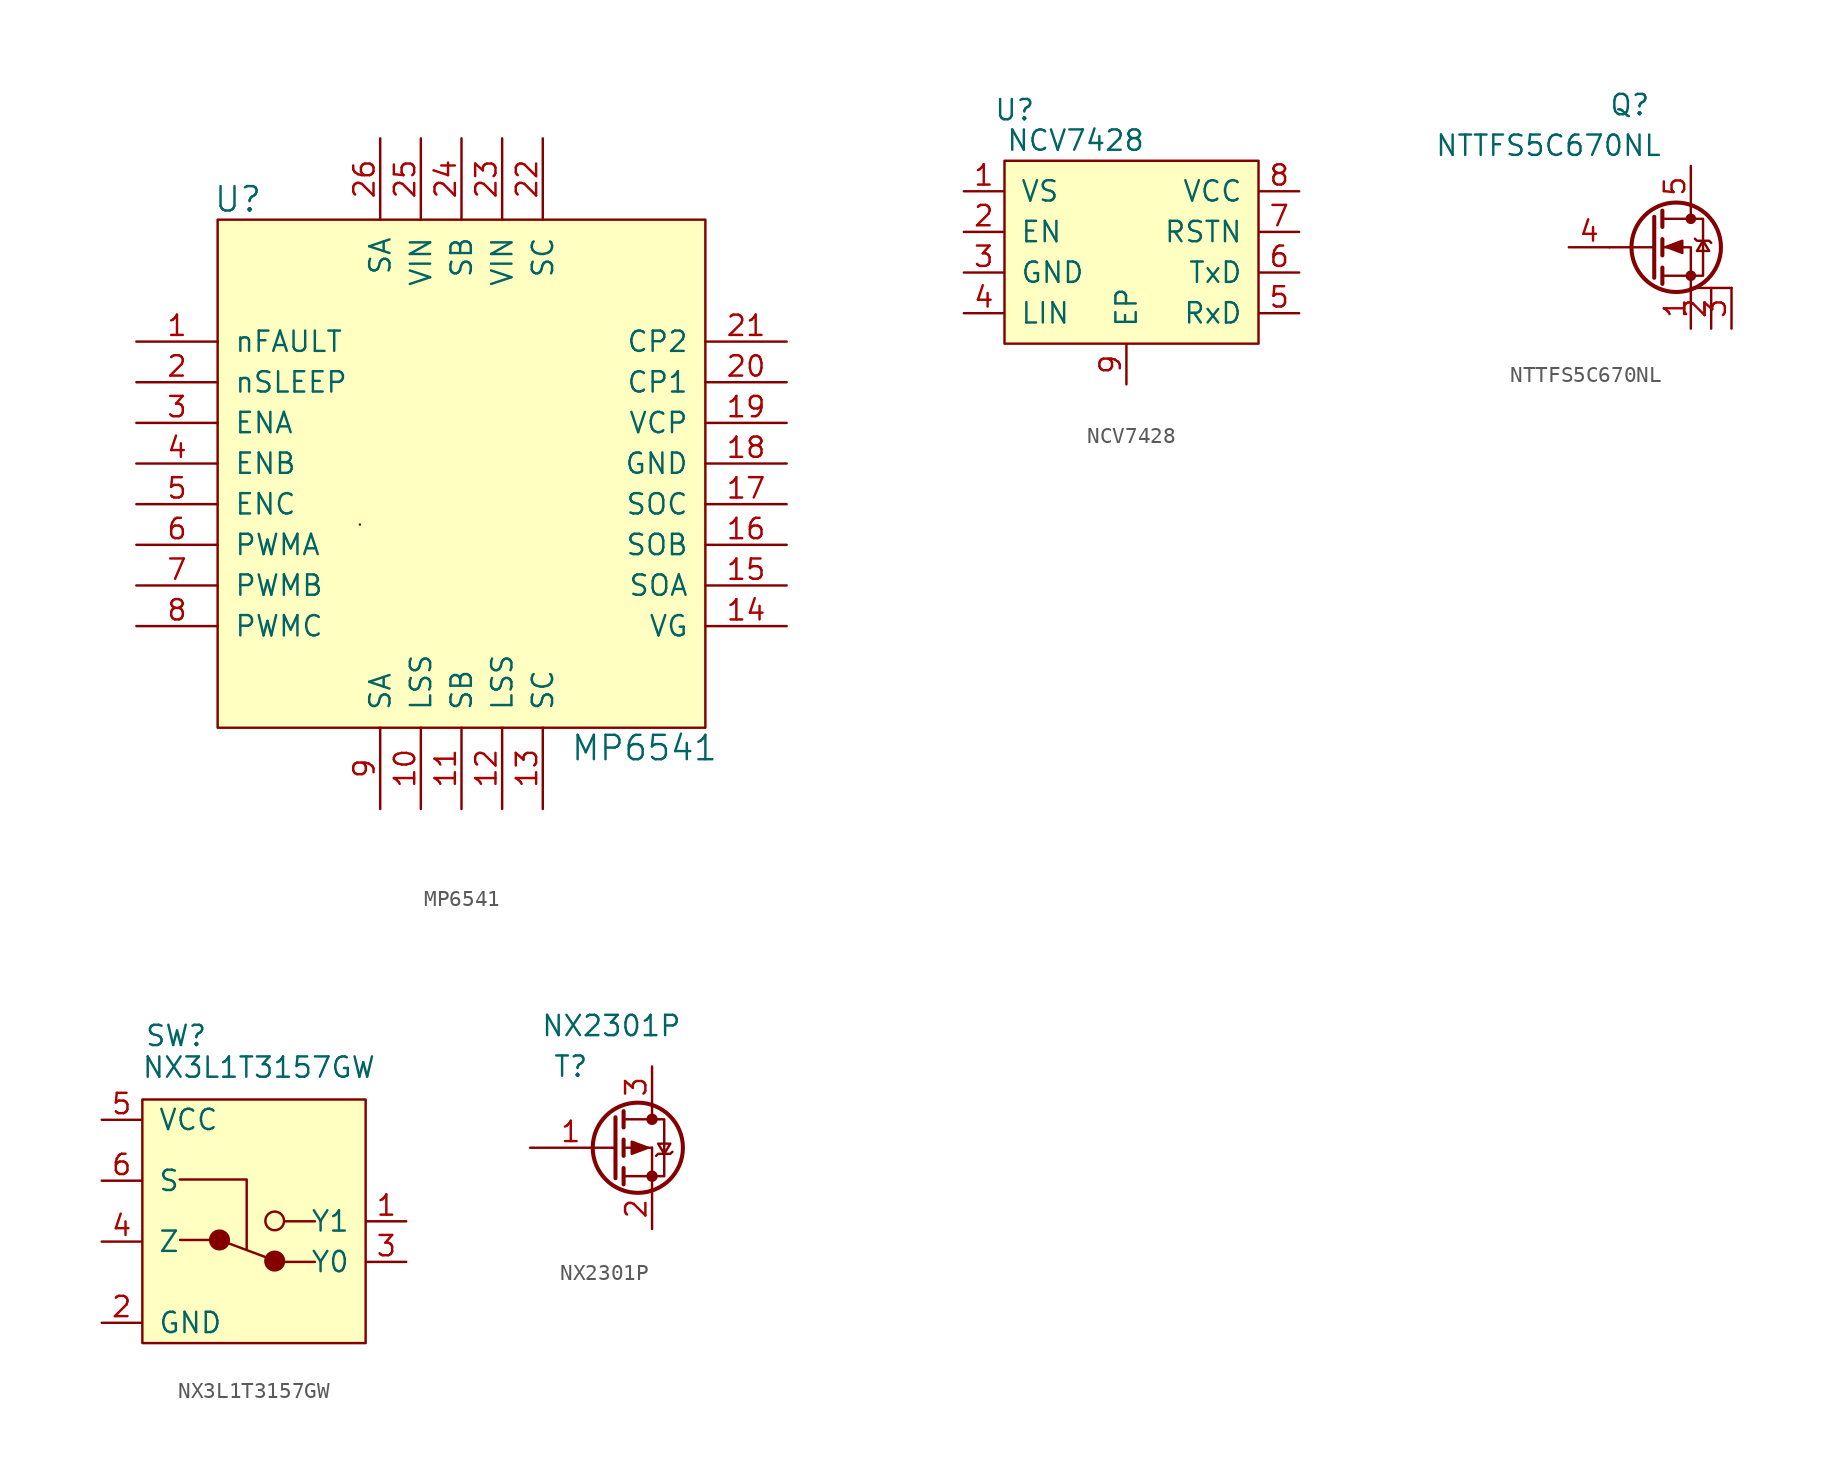
<source format=kicad_sym>
(kicad_symbol_lib
  (version 20211014)
  (generator kicad_symbol_editor)
  (symbol "MP6541"
    (pin_names
      (offset 1.016))
    (property "Reference" "U"
      (at -13.97 33.02 0)
      (effects (font (size 1.524 1.524))))
    (property "Value" "MP6541"
      (at 11.43 -1.27 0)
      (effects (font (size 1.524 1.524))))
    (symbol "MP6541_0_1"
      (rectangle (start -6.35 12.7) (end -6.35 12.7) (stroke (width 0) (type default) (color 0 0 0 0)) (fill (type none)))
      (rectangle (start 15.24 0) (end -15.24 31.75) (stroke (width 0) (type default) (color 0 0 0 0)) (fill (type background))))
    (symbol "MP6541_1_1"
      (pin input line (at -20.32 24.13 0) (length 5.08) (name "nFAULT" (effects (font (size 1.27 1.27)))) (number "1" (effects (font (size 1.27 1.27)))))
      (pin input line (at -2.54 -5.08 90) (length 5.08) (name "LSS" (effects (font (size 1.27 1.27)))) (number "10" (effects (font (size 1.27 1.27)))))
      (pin input line (at 0 -5.08 90) (length 5.08) (name "SB" (effects (font (size 1.27 1.27)))) (number "11" (effects (font (size 1.27 1.27)))))
      (pin input line (at 2.54 -5.08 90) (length 5.08) (name "LSS" (effects (font (size 1.27 1.27)))) (number "12" (effects (font (size 1.27 1.27)))))
      (pin input line (at 5.08 -5.08 90) (length 5.08) (name "SC" (effects (font (size 1.27 1.27)))) (number "13" (effects (font (size 1.27 1.27)))))
      (pin input line (at 20.32 6.35 180) (length 5.08) (name "VG" (effects (font (size 1.27 1.27)))) (number "14" (effects (font (size 1.27 1.27)))))
      (pin input line (at 20.32 8.89 180) (length 5.08) (name "SOA" (effects (font (size 1.27 1.27)))) (number "15" (effects (font (size 1.27 1.27)))))
      (pin input line (at 20.32 11.43 180) (length 5.08) (name "SOB" (effects (font (size 1.27 1.27)))) (number "16" (effects (font (size 1.27 1.27)))))
      (pin input line (at 20.32 13.97 180) (length 5.08) (name "SOC" (effects (font (size 1.27 1.27)))) (number "17" (effects (font (size 1.27 1.27)))))
      (pin input line (at 20.32 16.51 180) (length 5.08) (name "GND" (effects (font (size 1.27 1.27)))) (number "18" (effects (font (size 1.27 1.27)))))
      (pin input line (at 20.32 19.05 180) (length 5.08) (name "VCP" (effects (font (size 1.27 1.27)))) (number "19" (effects (font (size 1.27 1.27)))))
      (pin input line (at -20.32 21.59 0) (length 5.08) (name "nSLEEP" (effects (font (size 1.27 1.27)))) (number "2" (effects (font (size 1.27 1.27)))))
      (pin input line (at 20.32 21.59 180) (length 5.08) (name "CP1" (effects (font (size 1.27 1.27)))) (number "20" (effects (font (size 1.27 1.27)))))
      (pin input line (at 20.32 24.13 180) (length 5.08) (name "CP2" (effects (font (size 1.27 1.27)))) (number "21" (effects (font (size 1.27 1.27)))))
      (pin input line (at 5.08 36.83 270) (length 5.08) (name "SC" (effects (font (size 1.27 1.27)))) (number "22" (effects (font (size 1.27 1.27)))))
      (pin input line (at 2.54 36.83 270) (length 5.08) (name "VIN" (effects (font (size 1.27 1.27)))) (number "23" (effects (font (size 1.27 1.27)))))
      (pin input line (at 0 36.83 270) (length 5.08) (name "SB" (effects (font (size 1.27 1.27)))) (number "24" (effects (font (size 1.27 1.27)))))
      (pin input line (at -2.54 36.83 270) (length 5.08) (name "VIN" (effects (font (size 1.27 1.27)))) (number "25" (effects (font (size 1.27 1.27)))))
      (pin input line (at -5.08 36.83 270) (length 5.08) (name "SA" (effects (font (size 1.27 1.27)))) (number "26" (effects (font (size 1.27 1.27)))))
      (pin input line (at -20.32 19.05 0) (length 5.08) (name "ENA" (effects (font (size 1.27 1.27)))) (number "3" (effects (font (size 1.27 1.27)))))
      (pin input line (at -20.32 16.51 0) (length 5.08) (name "ENB" (effects (font (size 1.27 1.27)))) (number "4" (effects (font (size 1.27 1.27)))))
      (pin input line (at -20.32 13.97 0) (length 5.08) (name "ENC" (effects (font (size 1.27 1.27)))) (number "5" (effects (font (size 1.27 1.27)))))
      (pin input line (at -20.32 11.43 0) (length 5.08) (name "PWMA" (effects (font (size 1.27 1.27)))) (number "6" (effects (font (size 1.27 1.27)))))
      (pin input line (at -20.32 8.89 0) (length 5.08) (name "PWMB" (effects (font (size 1.27 1.27)))) (number "7" (effects (font (size 1.27 1.27)))))
      (pin input line (at -20.32 6.35 0) (length 5.08) (name "PWMC" (effects (font (size 1.27 1.27)))) (number "8" (effects (font (size 1.27 1.27)))))
      (pin input line (at -5.08 -5.08 90) (length 5.08) (name "SA" (effects (font (size 1.27 1.27)))) (number "9" (effects (font (size 1.27 1.27)))))))
  (symbol "NCV7428"
    (pin_names
      (offset 1.016))
    (property "Reference" "U"
      (at -6.985 8.89 0)
      (effects (font (size 1.27 1.27))))
    (property "Value" "NCV7428"
      (at -3.175 6.985 0)
      (effects (font (size 1.27 1.27))))
    (symbol "NCV7428_0_1"
      (rectangle (start -7.62 5.715) (end 8.255 -5.715) (stroke (width 0) (type default) (color 0 0 0 0)) (fill (type background))))
    (symbol "NCV7428_1_1"
      (pin input line (at -10.16 3.81 0) (length 2.489) (name "VS" (effects (font (size 1.27 1.27)))) (number "1" (effects (font (size 1.27 1.27)))))
      (pin input line (at -10.16 1.27 0) (length 2.489) (name "EN" (effects (font (size 1.27 1.27)))) (number "2" (effects (font (size 1.27 1.27)))))
      (pin input line (at -10.16 -1.27 0) (length 2.489) (name "GND" (effects (font (size 1.27 1.27)))) (number "3" (effects (font (size 1.27 1.27)))))
      (pin input line (at -10.16 -3.81 0) (length 2.489) (name "LIN" (effects (font (size 1.27 1.27)))) (number "4" (effects (font (size 1.27 1.27)))))
      (pin input line (at 10.795 -3.81 180) (length 2.489) (name "RxD" (effects (font (size 1.27 1.27)))) (number "5" (effects (font (size 1.27 1.27)))))
      (pin input line (at 10.795 -1.27 180) (length 2.489) (name "TxD" (effects (font (size 1.27 1.27)))) (number "6" (effects (font (size 1.27 1.27)))))
      (pin input line (at 10.795 1.27 180) (length 2.489) (name "RSTN" (effects (font (size 1.27 1.27)))) (number "7" (effects (font (size 1.27 1.27)))))
      (pin input line (at 10.795 3.81 180) (length 2.489) (name "VCC" (effects (font (size 1.27 1.27)))) (number "8" (effects (font (size 1.27 1.27)))))
      (pin input line (at 0 -8.255 90) (length 2.489) (name "EP" (effects (font (size 1.27 1.27)))) (number "9" (effects (font (size 1.27 1.27)))))))
  (symbol "NTTFS5C670NL"
    (pin_names
      (offset 1.016))
    (property "Reference" "Q"
      (at -3.81 8.89 0)
      (effects (font (size 1.27 1.27))))
    (property "Value" "NTTFS5C670NL"
      (at -8.89 6.35 0)
      (effects (font (size 1.27 1.27))))
    (symbol "NTTFS5C670NL_0_1"
      (polyline (pts (xy 2.54 -2.54) (xy 0 -2.54)) (stroke (width 0) (type default) (color 0 0 0 0)) (fill (type none))))
    (symbol "NTTFS5C670NL_1_1"
      (circle (center -0.914 0) (radius 2.794) (stroke (width 0.254) (type default) (color 0 0 0 0)) (fill (type none)))
      (circle (center 0 -1.778) (radius 0.254) (stroke (width 0) (type default) (color 0 0 0 0)) (fill (type outline)))
      (polyline (pts (xy -2.286 0) (xy -5.08 0)) (stroke (width 0) (type default) (color 0 0 0 0)) (fill (type none)))
      (polyline (pts (xy -2.286 1.905) (xy -2.286 -1.905)) (stroke (width 0.254) (type default) (color 0 0 0 0)) (fill (type none)))
      (polyline (pts (xy -1.778 -1.27) (xy -1.778 -2.286)) (stroke (width 0.254) (type default) (color 0 0 0 0)) (fill (type none)))
      (polyline (pts (xy -1.778 0.508) (xy -1.778 -0.508)) (stroke (width 0.254) (type default) (color 0 0 0 0)) (fill (type none)))
      (polyline (pts (xy -1.778 2.286) (xy -1.778 1.27)) (stroke (width 0.254) (type default) (color 0 0 0 0)) (fill (type none)))
      (polyline (pts (xy 0 2.54) (xy 0 1.778)) (stroke (width 0) (type default) (color 0 0 0 0)) (fill (type none)))
      (polyline (pts (xy 0 -2.54) (xy 0 0) (xy -1.778 0)) (stroke (width 0) (type default) (color 0 0 0 0)) (fill (type none)))
      (polyline (pts (xy -1.778 1.778) (xy 0.762 1.778) (xy 0.762 -1.778) (xy -1.778 -1.778)) (stroke (width 0) (type default) (color 0 0 0 0)) (fill (type none)))
      (polyline (pts (xy -1.549 0.025) (xy -0.533 0.406) (xy -0.533 -0.356) (xy -1.549 0.025)) (stroke (width 0) (type default) (color 0 0 0 0)) (fill (type outline)))
      (polyline (pts (xy 0.254 0.533) (xy 0.381 0.406) (xy 1.143 0.406) (xy 1.27 0.279)) (stroke (width 0) (type default) (color 0 0 0 0)) (fill (type none)))
      (polyline (pts (xy 0.762 0.406) (xy 0.381 -0.229) (xy 1.143 -0.229) (xy 0.762 0.406)) (stroke (width 0) (type default) (color 0 0 0 0)) (fill (type none)))
      (circle (center 0 1.778) (radius 0.254) (stroke (width 0) (type default) (color 0 0 0 0)) (fill (type outline)))
      (pin passive line (at 0 -5.08 90) (length 2.54) (name "~" (effects (font (size 1.27 1.27)))) (number "1" (effects (font (size 1.27 1.27)))))
      (pin passive line (at 1.27 -5.08 90) (length 2.54) (name "~" (effects (font (size 1.27 1.27)))) (number "2" (effects (font (size 1.27 1.27)))))
      (pin passive line (at 2.54 -5.08 90) (length 2.54) (name "~" (effects (font (size 1.27 1.27)))) (number "3" (effects (font (size 1.27 1.27)))))
      (pin input line (at -7.62 0 0) (length 2.54) (name "~" (effects (font (size 1.27 1.27)))) (number "4" (effects (font (size 1.27 1.27)))))
      (pin passive line (at 0 5.08 270) (length 2.54) (name "~" (effects (font (size 1.27 1.27)))) (number "5" (effects (font (size 1.27 1.27)))))))
  (symbol "NX3L1T3157GW"
    (pin_names
      (offset 1.016))
    (property "Reference" "SW"
      (at -4.242 11.608 0)
      (effects (font (size 1.27 1.27))))
    (property "Value" "NX3L1T3157GW"
      (at 0.94 9.627 0)
      (effects (font (size 1.27 1.27))))
    (symbol "NX3L1T3157GW_0_1"
      (circle (center -1.524 -1.168) (radius 0.584) (stroke (width 0) (type default) (color 0 0 0 0)) (fill (type outline)))
      (polyline (pts (xy -1.524 -1.168) (xy 1.956 -2.464)) (stroke (width 0) (type default) (color 0 0 0 0)) (fill (type none)))
      (polyline (pts (xy 4.445 -2.54) (xy 2.54 -2.54)) (stroke (width 0) (type default) (color 0 0 0 0)) (fill (type none)))
      (polyline (pts (xy 4.445 0) (xy 2.54 0)) (stroke (width 0) (type default) (color 0 0 0 0)) (fill (type none)))
      (polyline (pts (xy -4.013 2.616) (xy 0.178 2.616) (xy 0.178 -1.778)) (stroke (width 0) (type default) (color 0 0 0 0)) (fill (type none)))
      (polyline (pts (xy -6.35 7.62) (xy -6.35 -7.62) (xy 7.62 -7.62) (xy 7.62 7.62) (xy -6.35 7.62)) (stroke (width 0) (type default) (color 0 0 0 0)) (fill (type background))))
    (symbol "NX3L1T3157GW_1_1"
      (polyline (pts (xy -2.083 -1.168) (xy -3.988 -1.168)) (stroke (width 0) (type default) (color 0 0 0 0)) (fill (type none)))
      (circle (center 1.93 -2.489) (radius 0.584) (stroke (width 0) (type default) (color 0 0 0 0)) (fill (type outline)))
      (circle (center 1.93 0.025) (radius 0.584) (stroke (width 0) (type default) (color 0 0 0 0)) (fill (type none)))
      (pin input line (at 10.16 0 180) (length 2.489) (name "Y1" (effects (font (size 1.27 1.27)))) (number "1" (effects (font (size 1.27 1.27)))))
      (pin input line (at -8.89 -6.35 0) (length 2.489) (name "GND" (effects (font (size 1.27 1.27)))) (number "2" (effects (font (size 1.27 1.27)))))
      (pin input line (at 10.16 -2.54 180) (length 2.489) (name "Y0" (effects (font (size 1.27 1.27)))) (number "3" (effects (font (size 1.27 1.27)))))
      (pin input line (at -8.89 -1.27 0) (length 2.489) (name "Z" (effects (font (size 1.27 1.27)))) (number "4" (effects (font (size 1.27 1.27)))))
      (pin input line (at -8.89 6.35 0) (length 2.489) (name "VCC" (effects (font (size 1.27 1.27)))) (number "5" (effects (font (size 1.27 1.27)))))
      (pin input line (at -8.89 2.54 0) (length 2.489) (name "S" (effects (font (size 1.27 1.27)))) (number "6" (effects (font (size 1.27 1.27)))))))
  (symbol "NX2301P"
    (pin_names
      (offset 1.016))
    (property "Reference" "T"
      (at -5.08 5.08 0)
      (effects (font (size 1.27 1.27))))
    (property "Value" "NX2301P"
      (at -2.54 7.62 0)
      (effects (font (size 1.27 1.27))))
    (symbol "NX2301P_1_1"
      (circle (center -0.889 0) (radius 2.819) (stroke (width 0.254) (type default) (color 0 0 0 0)) (fill (type none)))
      (circle (center 0 -1.778) (radius 0.279) (stroke (width 0) (type default) (color 0 0 0 0)) (fill (type outline)))
      (polyline (pts (xy -2.489 0) (xy -2.286 0)) (stroke (width 0) (type default) (color 0 0 0 0)) (fill (type none)))
      (polyline (pts (xy -1.778 -1.778) (xy 0 -1.778)) (stroke (width 0) (type default) (color 0 0 0 0)) (fill (type none)))
      (polyline (pts (xy -1.778 -1.27) (xy -1.778 -2.286)) (stroke (width 0.254) (type default) (color 0 0 0 0)) (fill (type none)))
      (polyline (pts (xy -1.778 0) (xy 0 0)) (stroke (width 0) (type default) (color 0 0 0 0)) (fill (type none)))
      (polyline (pts (xy -1.778 0.508) (xy -1.778 -0.508)) (stroke (width 0.254) (type default) (color 0 0 0 0)) (fill (type none)))
      (polyline (pts (xy -1.778 1.778) (xy 0 1.778)) (stroke (width 0) (type default) (color 0 0 0 0)) (fill (type none)))
      (polyline (pts (xy -1.778 2.286) (xy -1.778 1.27)) (stroke (width 0.254) (type default) (color 0 0 0 0)) (fill (type none)))
      (polyline (pts (xy 0 -1.778) (xy 0 -2.54)) (stroke (width 0) (type default) (color 0 0 0 0)) (fill (type none)))
      (polyline (pts (xy 0 -1.778) (xy 0 0)) (stroke (width 0) (type default) (color 0 0 0 0)) (fill (type none)))
      (polyline (pts (xy 0 2.54) (xy 0 1.778)) (stroke (width 0) (type default) (color 0 0 0 0)) (fill (type none)))
      (polyline (pts (xy -2.286 1.905) (xy -2.286 -1.905) (xy -2.286 -1.905)) (stroke (width 0.254) (type default) (color 0 0 0 0)) (fill (type none)))
      (polyline (pts (xy -0.254 0) (xy -1.27 -0.381) (xy -1.27 0.381) (xy -0.254 0)) (stroke (width 0) (type default) (color 0 0 0 0)) (fill (type outline)))
      (polyline (pts (xy 0 -1.778) (xy 0.762 -1.778) (xy 0.762 1.778) (xy 0 1.778)) (stroke (width 0) (type default) (color 0 0 0 0)) (fill (type none)))
      (polyline (pts (xy 0.254 -0.508) (xy 0.381 -0.381) (xy 1.143 -0.381) (xy 1.27 -0.254)) (stroke (width 0) (type default) (color 0 0 0 0)) (fill (type none)))
      (polyline (pts (xy 0.762 -0.381) (xy 0.381 0.254) (xy 1.143 0.254) (xy 0.762 -0.381)) (stroke (width 0) (type default) (color 0 0 0 0)) (fill (type none)))
      (circle (center 0 1.778) (radius 0.279) (stroke (width 0) (type default) (color 0 0 0 0)) (fill (type outline)))
      (pin input line (at -7.62 0 0) (length 5.08) (name "~" (effects (font (size 1.27 1.27)))) (number "1" (effects (font (size 1.27 1.27)))))
      (pin passive line (at 0 -5.08 90) (length 2.54) (name "~" (effects (font (size 1.27 1.27)))) (number "2" (effects (font (size 1.27 1.27)))))
      (pin passive line (at 0 5.08 270) (length 2.54) (name "~" (effects (font (size 1.27 1.27)))) (number "3" (effects (font (size 1.27 1.27))))))))
</source>
